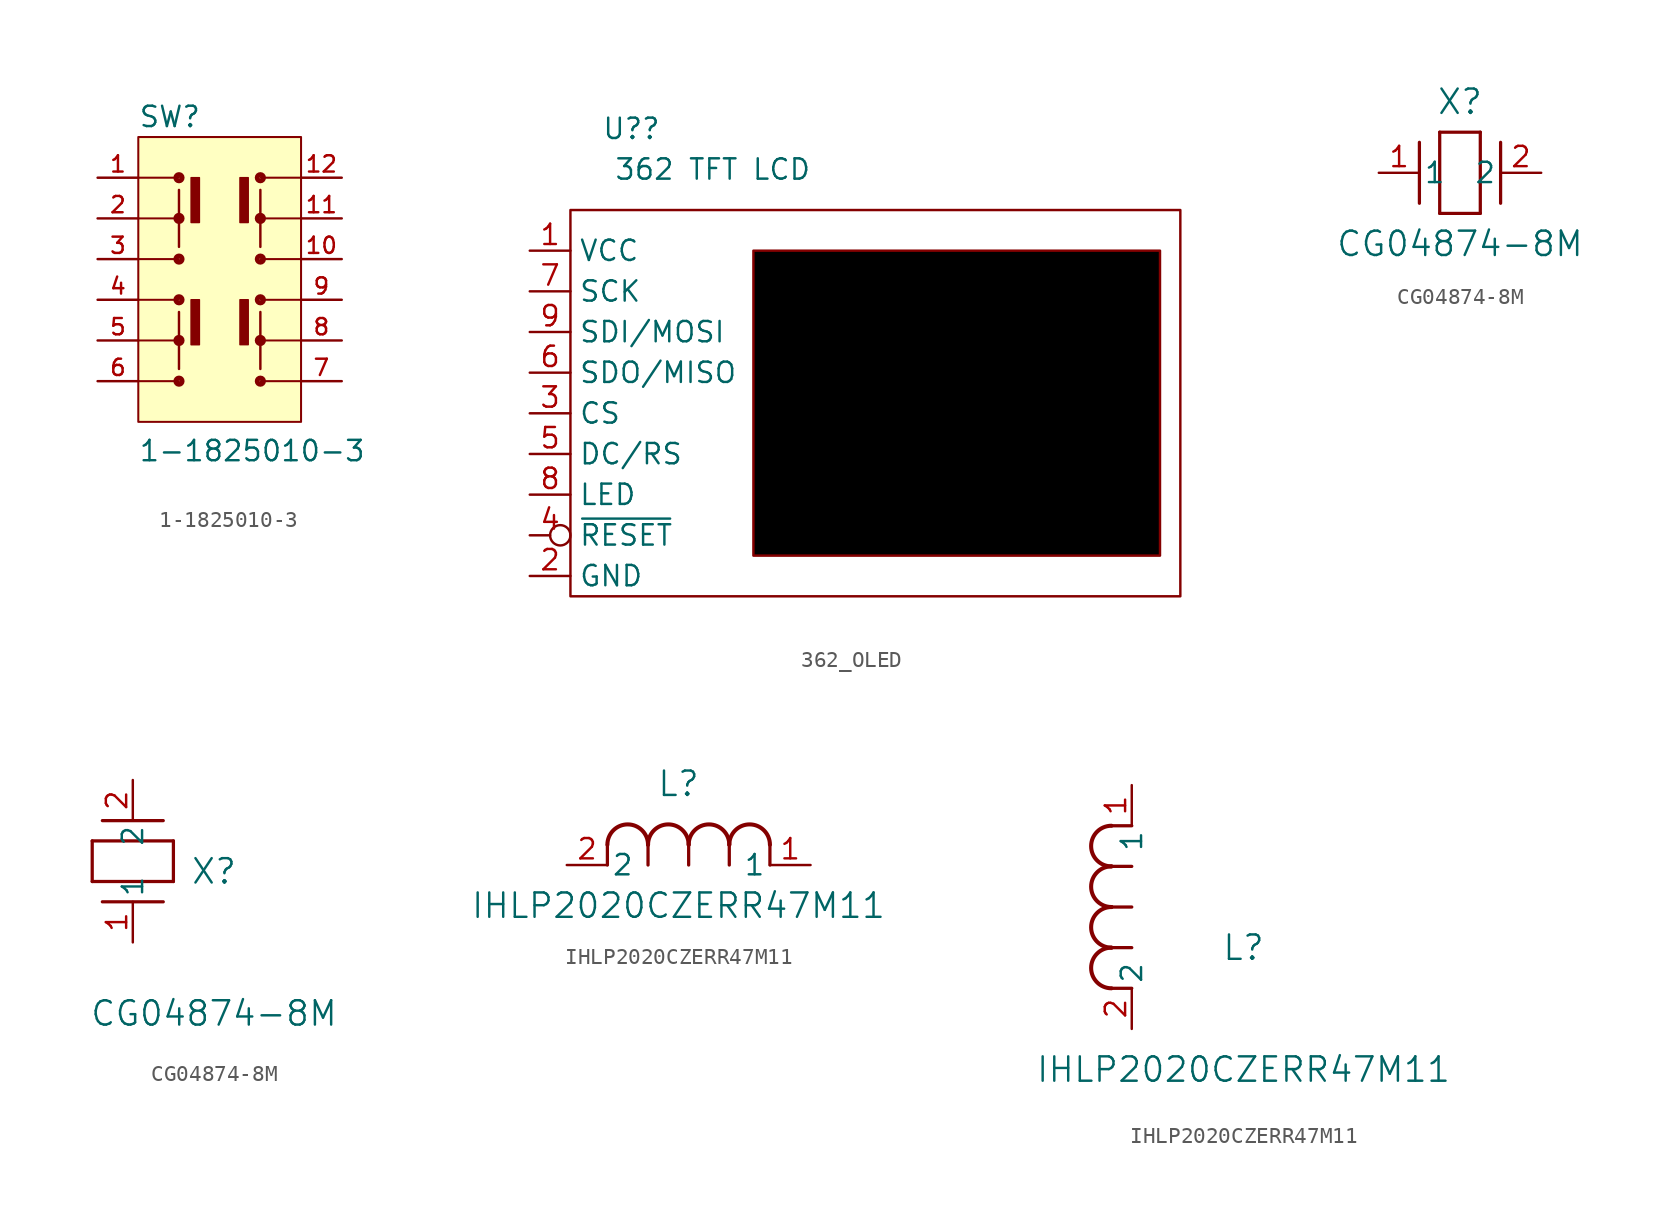
<source format=kicad_sym>
(kicad_symbol_lib
  (version 20220914)
  (generator kicad_symbol_editor)
  (symbol "1-1825010-3"
    (pin_names
      (offset 1.016))
    (property "Reference" "SW"
      (at -5.088 8.141 0)
      (effects (font (size 1.27 1.27)) (justify left bottom)))
    (property "Value" "1-1825010-3"
      (at -5.087 -12.717 0)
      (effects (font (size 1.27 1.27)) (justify left bottom)))
    (symbol "1-1825010-3_0_0"
      (rectangle (start -5.08 -10.16) (end 5.08 7.62) (stroke (width 0.127) (type default)) (fill (type background)))
      (circle (center -2.54 -7.62) (radius 0.2) (stroke (width 0.3) (type default)) (fill (type none)))
      (circle (center -2.54 -5.08) (radius 0.2) (stroke (width 0.3) (type default)) (fill (type none)))
      (circle (center -2.54 -2.54) (radius 0.2) (stroke (width 0.3) (type default)) (fill (type none)))
      (circle (center -2.54 0) (radius 0.2) (stroke (width 0.3) (type default)) (fill (type none)))
      (circle (center -2.54 2.54) (radius 0.2) (stroke (width 0.3) (type default)) (fill (type none)))
      (circle (center -2.54 5.08) (radius 0.2) (stroke (width 0.3) (type default)) (fill (type none)))
      (rectangle (start -1.781 -5.342) (end -1.27 -2.54) (stroke (width 0.1) (type default)) (fill (type outline)))
      (rectangle (start -1.779 2.288) (end -1.27 5.08) (stroke (width 0.1) (type default)) (fill (type outline)))
      (polyline (pts (xy -5.08 -7.62) (xy -2.54 -7.62)) (stroke (width 0.127) (type default)) (fill (type none)))
      (polyline (pts (xy -5.08 -5.08) (xy -2.54 -5.08)) (stroke (width 0.127) (type default)) (fill (type none)))
      (polyline (pts (xy -5.08 -2.54) (xy -2.54 -2.54)) (stroke (width 0.127) (type default)) (fill (type none)))
      (polyline (pts (xy -5.08 0) (xy -2.54 0)) (stroke (width 0.127) (type default)) (fill (type none)))
      (polyline (pts (xy -5.08 2.54) (xy -2.54 2.54)) (stroke (width 0.127) (type default)) (fill (type none)))
      (polyline (pts (xy -5.08 5.08) (xy -2.54 5.08)) (stroke (width 0.127) (type default)) (fill (type none)))
      (polyline (pts (xy -2.54 -3.302) (xy -2.54 -6.858)) (stroke (width 0.152) (type default)) (fill (type none)))
      (polyline (pts (xy -2.54 4.318) (xy -2.54 0.762)) (stroke (width 0.152) (type default)) (fill (type none)))
      (polyline (pts (xy 2.54 -7.62) (xy 5.08 -7.62)) (stroke (width 0.127) (type default)) (fill (type none)))
      (polyline (pts (xy 2.54 -5.08) (xy 5.08 -5.08)) (stroke (width 0.127) (type default)) (fill (type none)))
      (polyline (pts (xy 2.54 -3.302) (xy 2.54 -6.858)) (stroke (width 0.152) (type default)) (fill (type none)))
      (polyline (pts (xy 2.54 -2.54) (xy 5.08 -2.54)) (stroke (width 0.127) (type default)) (fill (type none)))
      (polyline (pts (xy 2.54 0) (xy 5.08 0)) (stroke (width 0.127) (type default)) (fill (type none)))
      (polyline (pts (xy 2.54 2.54) (xy 5.08 2.54)) (stroke (width 0.127) (type default)) (fill (type none)))
      (polyline (pts (xy 2.54 4.318) (xy 2.54 0.762)) (stroke (width 0.152) (type default)) (fill (type none)))
      (polyline (pts (xy 2.54 5.08) (xy 5.08 5.08)) (stroke (width 0.127) (type default)) (fill (type none)))
      (rectangle (start 1.27 2.287) (end 1.778 5.08) (stroke (width 0.1) (type default)) (fill (type outline)))
      (rectangle (start 1.271 -5.339) (end 1.778 -2.54) (stroke (width 0.1) (type default)) (fill (type outline)))
      (circle (center 2.54 -7.62) (radius 0.2) (stroke (width 0.3) (type default)) (fill (type none)))
      (circle (center 2.54 -5.08) (radius 0.2) (stroke (width 0.3) (type default)) (fill (type none)))
      (circle (center 2.54 -2.54) (radius 0.2) (stroke (width 0.3) (type default)) (fill (type none)))
      (circle (center 2.54 0) (radius 0.2) (stroke (width 0.3) (type default)) (fill (type none)))
      (circle (center 2.54 2.54) (radius 0.2) (stroke (width 0.3) (type default)) (fill (type none)))
      (circle (center 2.54 5.08) (radius 0.2) (stroke (width 0.3) (type default)) (fill (type none)))
      (pin passive line (at -7.62 5.08 0) (length 2.54) (name "~" (effects (font (size 1.016 1.016)))) (number "1" (effects (font (size 1.016 1.016)))))
      (pin passive line (at 7.62 0 180) (length 2.54) (name "~" (effects (font (size 1.016 1.016)))) (number "10" (effects (font (size 1.016 1.016)))))
      (pin passive line (at 7.62 2.54 180) (length 2.54) (name "~" (effects (font (size 1.016 1.016)))) (number "11" (effects (font (size 1.016 1.016)))))
      (pin passive line (at 7.62 5.08 180) (length 2.54) (name "~" (effects (font (size 1.016 1.016)))) (number "12" (effects (font (size 1.016 1.016)))))
      (pin passive line (at -7.62 2.54 0) (length 2.54) (name "~" (effects (font (size 1.016 1.016)))) (number "2" (effects (font (size 1.016 1.016)))))
      (pin passive line (at -7.62 0 0) (length 2.54) (name "~" (effects (font (size 1.016 1.016)))) (number "3" (effects (font (size 1.016 1.016)))))
      (pin passive line (at -7.62 -2.54 0) (length 2.54) (name "~" (effects (font (size 1.016 1.016)))) (number "4" (effects (font (size 1.016 1.016)))))
      (pin passive line (at -7.62 -5.08 0) (length 2.54) (name "~" (effects (font (size 1.016 1.016)))) (number "5" (effects (font (size 1.016 1.016)))))
      (pin passive line (at -7.62 -7.62 0) (length 2.54) (name "~" (effects (font (size 1.016 1.016)))) (number "6" (effects (font (size 1.016 1.016)))))
      (pin passive line (at 7.62 -7.62 180) (length 2.54) (name "~" (effects (font (size 1.016 1.016)))) (number "7" (effects (font (size 1.016 1.016)))))
      (pin passive line (at 7.62 -5.08 180) (length 2.54) (name "~" (effects (font (size 1.016 1.016)))) (number "8" (effects (font (size 1.016 1.016)))))
      (pin passive line (at 7.62 -2.54 180) (length 2.54) (name "~" (effects (font (size 1.016 1.016)))) (number "9" (effects (font (size 1.016 1.016)))))))
  (symbol "362_OLED"
    (property "Reference" "U?"
      (at 0 6.35 0)
      (effects (font (size 1.27 1.27))))
    (property "Value" "362 TFT LCD"
      (at 5.08 3.81 0)
      (effects (font (size 1.27 1.27))))
    (symbol "362_OLED_0_1"
      (rectangle (start -3.81 1.27) (end 34.29 -22.86) (stroke (width 0) (type default)) (fill (type none))))
    (symbol "362_OLED_1_1"
      (rectangle (start 7.62 -1.27) (end 33.02 -20.32) (stroke (width 0) (type default)) (fill (type color) (color 0 0 0 1)))
      (pin power_in line (at -6.35 -1.27 0) (length 2.54) (name "VCC" (effects (font (size 1.27 1.27)))) (number "1" (effects (font (size 1.27 1.27)))))
      (pin power_in line (at -6.35 -21.59 0) (length 2.54) (name "GND" (effects (font (size 1.27 1.27)))) (number "2" (effects (font (size 1.27 1.27)))))
      (pin input line (at -6.35 -11.43 0) (length 2.54) (name "CS" (effects (font (size 1.27 1.27)))) (number "3" (effects (font (size 1.27 1.27)))))
      (pin input inverted (at -6.35 -19.05 0) (length 2.54) (name "~{RESET}" (effects (font (size 1.27 1.27)))) (number "4" (effects (font (size 1.27 1.27)))))
      (pin input line (at -6.35 -13.97 0) (length 2.54) (name "DC/RS" (effects (font (size 1.27 1.27)))) (number "5" (effects (font (size 1.27 1.27)))))
      (pin output line (at -6.35 -8.89 0) (length 2.54) (name "SDO/MISO" (effects (font (size 1.27 1.27)))) (number "6" (effects (font (size 1.27 1.27)))))
      (pin bidirectional line (at -6.35 -3.81 0) (length 2.54) (name "SCK" (effects (font (size 1.27 1.27)))) (number "7" (effects (font (size 1.27 1.27)))))
      (pin bidirectional line (at -6.35 -16.51 0) (length 2.54) (name "LED" (effects (font (size 1.27 1.27)))) (number "8" (effects (font (size 1.27 1.27)))))
      (pin input line (at -6.35 -6.35 0) (length 2.54) (name "SDI/MOSI" (effects (font (size 1.27 1.27)))) (number "9" (effects (font (size 1.27 1.27)))))))
  (symbol "CG04874-8M"
    (pin_names
      (offset 0.254))
    (property "Reference" "X"
      (at 5.08 4.445 0)
      (effects (font (size 1.524 1.524))))
    (property "Value" "CG04874-8M"
      (at 5.08 -4.445 0)
      (effects (font (size 1.524 1.524))))
    (property "ki_locked" ""
      (at 0 0 0)
      (effects (font (size 1.27 1.27))))
    (symbol "CG04874-8M_1_1"
      (polyline (pts (xy 2.54 -1.905) (xy 2.54 1.905)) (stroke (width 0.203) (type default)) (fill (type none)))
      (polyline (pts (xy 3.81 -2.54) (xy 3.81 2.54)) (stroke (width 0.203) (type default)) (fill (type none)))
      (polyline (pts (xy 3.81 2.54) (xy 6.35 2.54)) (stroke (width 0.203) (type default)) (fill (type none)))
      (polyline (pts (xy 6.35 -2.54) (xy 3.81 -2.54)) (stroke (width 0.203) (type default)) (fill (type none)))
      (polyline (pts (xy 6.35 2.54) (xy 6.35 -2.54)) (stroke (width 0.203) (type default)) (fill (type none)))
      (polyline (pts (xy 7.62 -1.905) (xy 7.62 1.905)) (stroke (width 0.203) (type default)) (fill (type none)))
      (pin unspecified line (at 0 0 0) (length 2.54) (name "1" (effects (font (size 1.27 1.27)))) (number "1" (effects (font (size 1.27 1.27)))))
      (pin unspecified line (at 10.16 0 180) (length 2.54) (name "2" (effects (font (size 1.27 1.27)))) (number "2" (effects (font (size 1.27 1.27))))))
    (symbol "CG04874-8M_1_2"
      (polyline (pts (xy -2.54 3.81) (xy -2.54 6.35)) (stroke (width 0.203) (type default)) (fill (type none)))
      (polyline (pts (xy -2.54 6.35) (xy 2.54 6.35)) (stroke (width 0.203) (type default)) (fill (type none)))
      (polyline (pts (xy 1.905 2.54) (xy -1.905 2.54)) (stroke (width 0.203) (type default)) (fill (type none)))
      (polyline (pts (xy 1.905 7.62) (xy -1.905 7.62)) (stroke (width 0.203) (type default)) (fill (type none)))
      (polyline (pts (xy 2.54 3.81) (xy -2.54 3.81)) (stroke (width 0.203) (type default)) (fill (type none)))
      (polyline (pts (xy 2.54 6.35) (xy 2.54 3.81)) (stroke (width 0.203) (type default)) (fill (type none)))
      (pin unspecified line (at 0 0 90) (length 2.54) (name "1" (effects (font (size 1.27 1.27)))) (number "1" (effects (font (size 1.27 1.27)))))
      (pin unspecified line (at 0 10.16 270) (length 2.54) (name "2" (effects (font (size 1.27 1.27)))) (number "2" (effects (font (size 1.27 1.27)))))))
  (symbol "IHLP2020CZERR47M11"
    (pin_names
      (offset 0.254))
    (property "Reference" "L"
      (at 6.985 5.08 0)
      (effects (font (size 1.524 1.524))))
    (property "Value" "IHLP2020CZERR47M11"
      (at 6.985 -2.54 0)
      (effects (font (size 1.524 1.524))))
    (property "ki_locked" ""
      (at 0 0 0)
      (effects (font (size 1.27 1.27))))
    (symbol "IHLP2020CZERR47M11_1_1"
      (polyline (pts (xy 2.54 0) (xy 2.54 1.27)) (stroke (width 0.203) (type default)) (fill (type none)))
      (polyline (pts (xy 5.08 0) (xy 5.08 1.27)) (stroke (width 0.203) (type default)) (fill (type none)))
      (polyline (pts (xy 7.62 0) (xy 7.62 1.27)) (stroke (width 0.203) (type default)) (fill (type none)))
      (polyline (pts (xy 10.16 0) (xy 10.16 1.27)) (stroke (width 0.203) (type default)) (fill (type none)))
      (polyline (pts (xy 12.7 0) (xy 12.7 1.27)) (stroke (width 0.203) (type default)) (fill (type none)))
      (arc (start 5.08 1.27) (mid 3.81 2.5345) (end 2.54 1.27) (stroke (width 0.254) (type default)) (fill (type none)))
      (arc (start 7.62 1.27) (mid 6.35 2.5345) (end 5.08 1.27) (stroke (width 0.254) (type default)) (fill (type none)))
      (arc (start 10.16 1.27) (mid 8.89 2.5345) (end 7.62 1.27) (stroke (width 0.254) (type default)) (fill (type none)))
      (arc (start 12.7 1.27) (mid 11.43 2.5345) (end 10.16 1.27) (stroke (width 0.254) (type default)) (fill (type none)))
      (pin unspecified line (at 15.24 0 180) (length 2.54) (name "1" (effects (font (size 1.27 1.27)))) (number "1" (effects (font (size 1.27 1.27)))))
      (pin unspecified line (at 0 0 0) (length 2.54) (name "2" (effects (font (size 1.27 1.27)))) (number "2" (effects (font (size 1.27 1.27))))))
    (symbol "IHLP2020CZERR47M11_1_2"
      (arc (start -1.27 5.08) (mid -2.5345 3.81) (end -1.27 2.54) (stroke (width 0.254) (type default)) (fill (type none)))
      (arc (start -1.27 7.62) (mid -2.5345 6.35) (end -1.27 5.08) (stroke (width 0.254) (type default)) (fill (type none)))
      (arc (start -1.27 10.16) (mid -2.5345 8.89) (end -1.27 7.62) (stroke (width 0.254) (type default)) (fill (type none)))
      (arc (start -1.27 12.7) (mid -2.5345 11.43) (end -1.27 10.16) (stroke (width 0.254) (type default)) (fill (type none)))
      (polyline (pts (xy 0 2.54) (xy -1.27 2.54)) (stroke (width 0.203) (type default)) (fill (type none)))
      (polyline (pts (xy 0 5.08) (xy -1.27 5.08)) (stroke (width 0.203) (type default)) (fill (type none)))
      (polyline (pts (xy 0 7.62) (xy -1.27 7.62)) (stroke (width 0.203) (type default)) (fill (type none)))
      (polyline (pts (xy 0 10.16) (xy -1.27 10.16)) (stroke (width 0.203) (type default)) (fill (type none)))
      (polyline (pts (xy 0 12.7) (xy -1.27 12.7)) (stroke (width 0.203) (type default)) (fill (type none)))
      (pin unspecified line (at 0 15.24 270) (length 2.54) (name "1" (effects (font (size 1.27 1.27)))) (number "1" (effects (font (size 1.27 1.27)))))
      (pin unspecified line (at 0 0 90) (length 2.54) (name "2" (effects (font (size 1.27 1.27)))) (number "2" (effects (font (size 1.27 1.27))))))))
</source>
